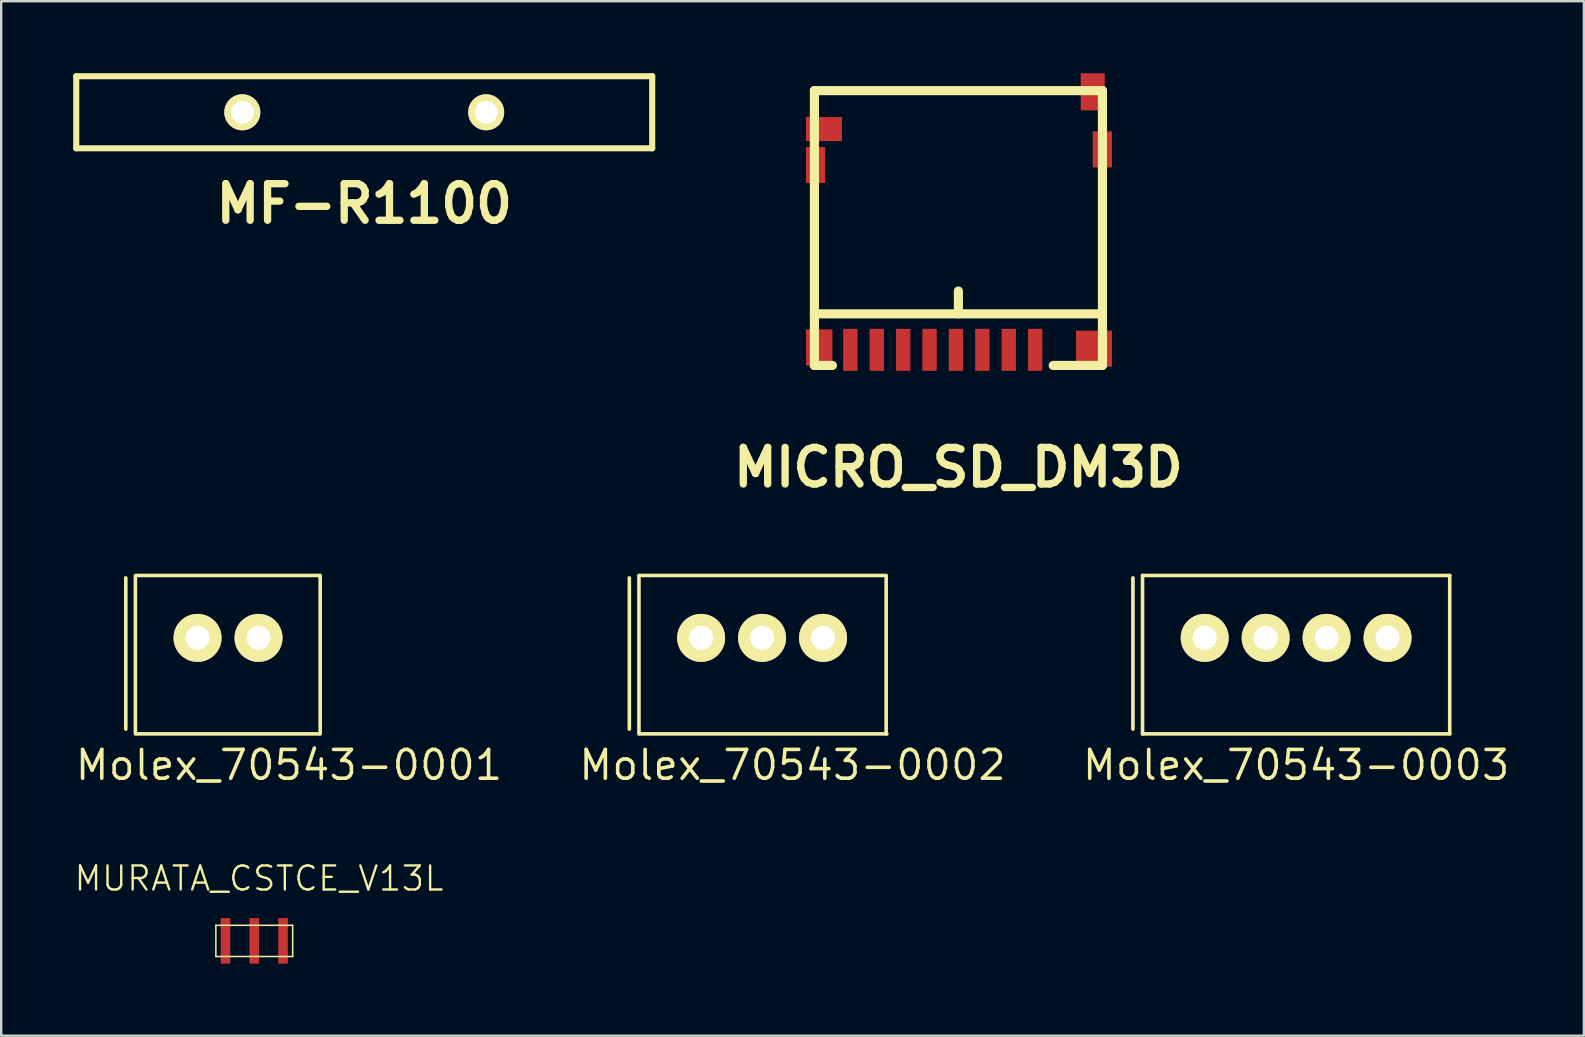
<source format=kicad_pcb>
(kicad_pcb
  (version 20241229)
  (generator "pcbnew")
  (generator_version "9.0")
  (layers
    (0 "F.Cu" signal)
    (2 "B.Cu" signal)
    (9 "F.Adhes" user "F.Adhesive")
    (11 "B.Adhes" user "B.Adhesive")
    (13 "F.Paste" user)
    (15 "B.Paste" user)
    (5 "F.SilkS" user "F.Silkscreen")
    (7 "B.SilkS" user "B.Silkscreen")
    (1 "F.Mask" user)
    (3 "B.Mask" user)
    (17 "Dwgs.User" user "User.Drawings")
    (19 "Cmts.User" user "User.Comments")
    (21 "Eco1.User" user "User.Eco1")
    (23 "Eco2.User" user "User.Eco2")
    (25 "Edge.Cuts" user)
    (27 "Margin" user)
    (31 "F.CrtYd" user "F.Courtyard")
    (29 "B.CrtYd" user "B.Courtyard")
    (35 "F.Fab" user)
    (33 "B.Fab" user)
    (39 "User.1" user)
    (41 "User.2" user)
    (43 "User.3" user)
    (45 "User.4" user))
  (footprint "Molex_70543-0001"
    (layer "F.Cu")
    (at 6.451 23.528)
    (property "Reference" "Molex_70543-0001" (at 2.54 5.3 0) (layer "F.SilkS") (effects (font (size 1.2 1.2) (thickness 0.15))))
    (attr through_hole)
    (fp_line (start -4.26 -2.5) (end -4.26 3.8) (stroke (width 0.15) (type solid)) (layer "F.SilkS"))
    (fp_line (start -3.86 4) (end -3.86 -2.6) (stroke (width 0.15) (type solid)) (layer "F.SilkS"))
    (fp_line (start -3.8 4) (end 3.8 4) (stroke (width 0.15) (type solid)) (layer "F.SilkS"))
    (fp_line (start 3.8 -2.6) (end -3.8 -2.6) (stroke (width 0.15) (type solid)) (layer "F.SilkS"))
    (fp_line (start 3.84 -2.6) (end 3.84 4) (stroke (width 0.15) (type solid)) (layer "F.SilkS"))
    (pad "1" thru_hole circle (at -1.27 0) (size 2 2) (drill 1) (layers "*.Cu" "*.Mask" "F.SilkS"))
    (pad "2" thru_hole circle (at 1.27 0) (size 2 2) (drill 1) (layers "*.Cu" "*.Mask" "F.SilkS")))
  (footprint "Molex_70543-0002"
    (layer "F.Cu")
    (at 28.702 23.528)
    (property "Reference" "Molex_70543-0002" (at 1.27 5.3 0) (layer "F.SilkS") (effects (font (size 1.2 1.2) (thickness 0.15))))
    (attr through_hole)
    (fp_line (start -5.53 -2.5) (end -5.53 3.8) (stroke (width 0.15) (type solid)) (layer "F.SilkS"))
    (fp_line (start -5.13 4) (end -5.13 -2.6) (stroke (width 0.15) (type solid)) (layer "F.SilkS"))
    (fp_line (start -5.1 -2.6) (end 5.1 -2.6) (stroke (width 0.15) (type solid)) (layer "F.SilkS"))
    (fp_line (start 5.17 -2.6) (end 5.17 4) (stroke (width 0.15) (type solid)) (layer "F.SilkS"))
    (fp_line (start 5.2 4) (end -5.1 4) (stroke (width 0.15) (type solid)) (layer "F.SilkS"))
    (pad "1" thru_hole circle (at -2.54 0) (size 2 2) (drill 1) (layers "*.Cu" "*.Mask" "F.SilkS"))
    (pad "2" thru_hole circle (at 0 0) (size 2 2) (drill 1) (layers "*.Cu" "*.Mask" "F.SilkS"))
    (pad "3" thru_hole circle (at 2.54 0) (size 2 2) (drill 1) (layers "*.Cu" "*.Mask" "F.SilkS")))
  (footprint "MF-R1100"
    (layer "F.Cu")
    (at 12.126 1.628)
    (property "Reference" "MF-R1100" (at 0 3.81 0) (layer "F.SilkS") (effects (font (size 1.524 1.524) (thickness 0.305))))
    (attr through_hole)
    (fp_line (start -11.999 1.501) (end -11.999 -1.501) (stroke (width 0.254) (type solid)) (layer "F.SilkS"))
    (fp_line (start -11.999 1.501) (end 11.999 1.501) (stroke (width 0.254) (type solid)) (layer "F.SilkS"))
    (fp_line (start 11.999 -1.501) (end -11.999 -1.501) (stroke (width 0.254) (type solid)) (layer "F.SilkS"))
    (fp_line (start 11.999 -1.501) (end 11.999 1.501) (stroke (width 0.254) (type solid)) (layer "F.SilkS"))
    (pad "1" thru_hole circle (at -5.08 0 90) (size 1.501 1.501) (drill 0.95) (layers "*.Cu" "*.Mask" "F.SilkS"))
    (pad "2" thru_hole circle (at 5.08 0 90) (size 1.501 1.501) (drill 0.95) (layers "*.Cu" "*.Mask" "F.SilkS")))
  (footprint "Molex_70543-0003"
    (layer "F.Cu")
    (at 50.954 23.528)
    (property "Reference" "Molex_70543-0003" (at 0 5.3 0) (layer "F.SilkS") (effects (font (size 1.2 1.2) (thickness 0.15))))
    (attr through_hole)
    (fp_line (start -6.8 -2.5) (end -6.8 3.8) (stroke (width 0.15) (type solid)) (layer "F.SilkS"))
    (fp_line (start -6.4 -2.6) (end 6.4 -2.6) (stroke (width 0.15) (type solid)) (layer "F.SilkS"))
    (fp_line (start -6.4 4) (end -6.4 -2.6) (stroke (width 0.15) (type solid)) (layer "F.SilkS"))
    (fp_line (start 6.4 -2.6) (end 6.4 4) (stroke (width 0.15) (type solid)) (layer "F.SilkS"))
    (fp_line (start 6.4 4) (end -6.4 4) (stroke (width 0.15) (type solid)) (layer "F.SilkS"))
    (pad "1" thru_hole circle (at -3.81 0) (size 2 2) (drill 1) (layers "*.Cu" "*.Mask" "F.SilkS"))
    (pad "2" thru_hole circle (at -1.27 0) (size 2 2) (drill 1) (layers "*.Cu" "*.Mask" "F.SilkS"))
    (pad "3" thru_hole circle (at 1.27 0) (size 2 2) (drill 1) (layers "*.Cu" "*.Mask" "F.SilkS"))
    (pad "4" thru_hole circle (at 3.81 0) (size 2 2) (drill 1) (layers "*.Cu" "*.Mask" "F.SilkS")))
  (footprint "MICRO_SD_DM3D"
    (layer "F.Cu")
    (at 36.882 5.926)
    (property "Reference" "MICRO_SD_DM3D" (at 0 10.5 0) (layer "F.SilkS") (effects (font (size 1.524 1.524) (thickness 0.305))))
    (attr through_hole)
    (fp_line (start -6.002 -5.199) (end 5.999 -5.199) (stroke (width 0.381) (type solid)) (layer "F.SilkS"))
    (fp_line (start -6.002 4.1) (end 5.999 4.1) (stroke (width 0.381) (type solid)) (layer "F.SilkS"))
    (fp_line (start -6.002 6.251) (end -5.25 6.251) (stroke (width 0.381) (type solid)) (layer "F.SilkS"))
    (fp_line (start -5.999 -5.202) (end -5.999 6.248) (stroke (width 0.381) (type solid)) (layer "F.SilkS"))
    (fp_line (start 0 4.1) (end 0 3.15) (stroke (width 0.381) (type solid)) (layer "F.SilkS"))
    (fp_line (start 5.999 6.251) (end 3.95 6.251) (stroke (width 0.381) (type solid)) (layer "F.SilkS"))
    (fp_line (start 6.002 -5.202) (end 6.002 6.248) (stroke (width 0.381) (type solid)) (layer "F.SilkS"))
    (pad "1" smd rect (at 3.198 5.601) (size 0.599 1.75) (layers "F.Cu" "F.Mask" "F.Paste"))
    (pad "2" smd rect (at 2.098 5.601) (size 0.599 1.75) (layers "F.Cu" "F.Mask" "F.Paste"))
    (pad "3" smd rect (at 0.998 5.601) (size 0.599 1.75) (layers "F.Cu" "F.Mask" "F.Paste"))
    (pad "4" smd rect (at -0.102 5.601) (size 0.599 1.75) (layers "F.Cu" "F.Mask" "F.Paste"))
    (pad "5" smd rect (at -1.201 5.601) (size 0.599 1.75) (layers "F.Cu" "F.Mask" "F.Paste"))
    (pad "6" smd rect (at -2.301 5.601) (size 0.599 1.75) (layers "F.Cu" "F.Mask" "F.Paste"))
    (pad "7" smd rect (at -3.401 5.601) (size 0.599 1.75) (layers "F.Cu" "F.Mask" "F.Paste"))
    (pad "8" smd rect (at -4.501 5.601) (size 0.599 1.75) (layers "F.Cu" "F.Mask" "F.Paste"))
    (pad "9" smd rect (at -5.951 -2.101) (size 0.8 1.501) (layers "F.Cu" "F.Mask" "F.Paste"))
    (pad "9" smd rect (at -5.799 5.499) (size 1.1 1.501) (layers "F.Cu" "F.Mask" "F.Paste"))
    (pad "9" smd rect (at 5.649 5.55) (size 1.501 1.501) (layers "F.Cu" "F.Mask" "F.Paste"))
    (pad "9" smd rect (at 5.999 -2.751) (size 0.8 1.501) (layers "F.Cu" "F.Mask" "F.Paste"))
    (pad "10" smd rect (at 5.598 -5.151) (size 1.001 1.549) (layers "F.Cu" "F.Mask" "F.Paste"))
    (pad "11" smd rect (at -5.601 -3.599) (size 1.501 1.001) (layers "F.Cu" "F.Mask" "F.Paste")))
  (footprint "MURATA_CSTCE_V13L"
    (layer "F.Cu")
    (at 7.544 36.153)
    (property "Reference" "MURATA_CSTCE_V13L" (at 0.201 -2.601 0) (layer "F.SilkS") (effects (font (size 1.001 1.001) (thickness 0.099))))
    (attr through_hole)
    (fp_line (start -1.6 -0.65) (end 1.6 -0.65) (stroke (width 0.064) (type solid)) (layer "F.SilkS"))
    (fp_line (start -1.6 0.65) (end -1.6 -0.65) (stroke (width 0.064) (type solid)) (layer "F.SilkS"))
    (fp_line (start 1.6 -0.65) (end 1.6 0.65) (stroke (width 0.064) (type solid)) (layer "F.SilkS"))
    (fp_line (start 1.6 0.65) (end -1.6 0.65) (stroke (width 0.064) (type solid)) (layer "F.SilkS"))
    (pad "1" smd rect (at -1.199 0 90) (size 1.9 0.399) (layers "F.Cu" "F.Mask" "F.Paste"))
    (pad "2" smd rect (at 0 0 90) (size 1.9 0.399) (layers "F.Cu" "F.Mask" "F.Paste"))
    (pad "3" smd rect (at 1.199 0 90) (size 1.9 0.399) (layers "F.Cu" "F.Mask" "F.Paste")))
  (gr_rect
    (start -3 -3)
    (end 62.944 40.103)
    (stroke (width 0.1) (type default))
    (fill no)
    (layer "Edge.Cuts")))
</source>
